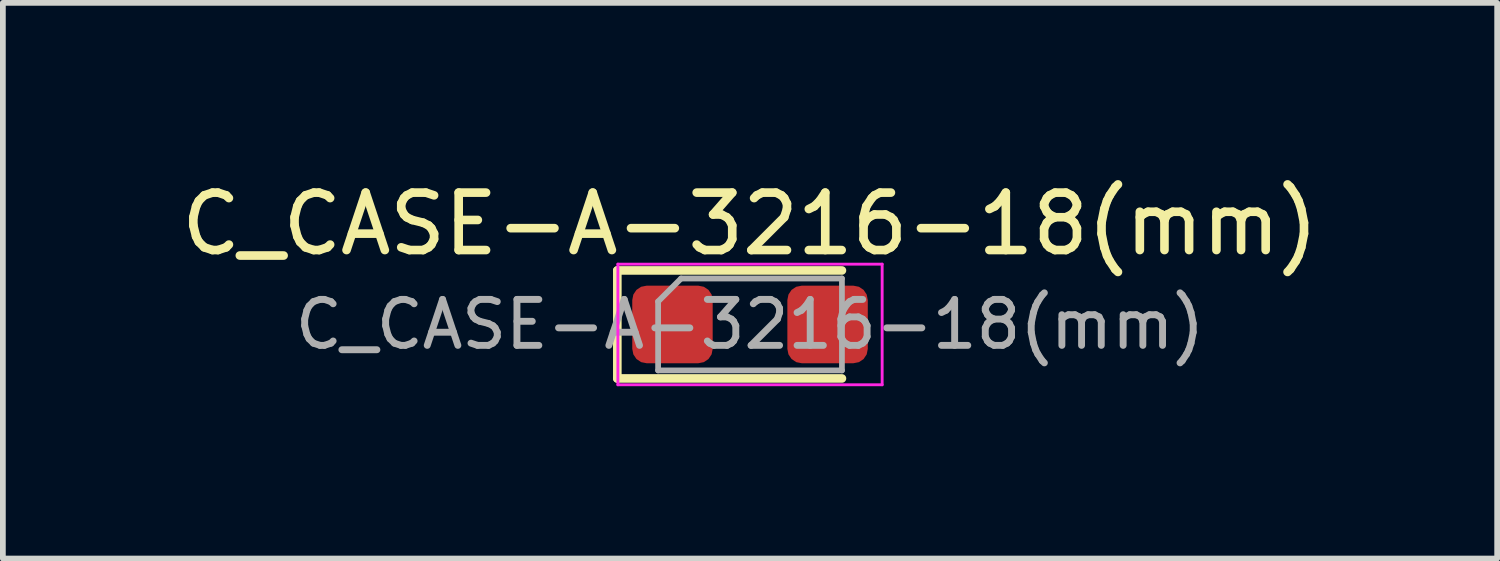
<source format=kicad_pcb>
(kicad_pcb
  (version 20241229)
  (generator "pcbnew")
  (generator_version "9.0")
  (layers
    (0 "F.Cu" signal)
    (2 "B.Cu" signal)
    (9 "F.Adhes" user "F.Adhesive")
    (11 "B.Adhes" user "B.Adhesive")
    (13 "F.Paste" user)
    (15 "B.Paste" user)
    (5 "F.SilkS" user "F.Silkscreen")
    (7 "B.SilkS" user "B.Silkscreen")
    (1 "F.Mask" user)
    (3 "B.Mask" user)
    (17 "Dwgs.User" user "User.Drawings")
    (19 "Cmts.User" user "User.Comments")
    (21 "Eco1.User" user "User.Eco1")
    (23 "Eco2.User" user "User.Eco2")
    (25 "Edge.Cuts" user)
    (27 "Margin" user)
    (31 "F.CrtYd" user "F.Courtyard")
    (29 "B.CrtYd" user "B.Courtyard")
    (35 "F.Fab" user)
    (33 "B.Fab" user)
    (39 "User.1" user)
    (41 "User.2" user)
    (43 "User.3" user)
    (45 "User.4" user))
  (footprint "C_CASE-A-3216-18(mm)"
    (layer "F.Cu")
    (at 10.006 2.598)
    (property "Reference" "C_CASE-A-3216-18(mm)" (at 0 -1.75 0) (layer "F.SilkS") (effects (font (size 1 1) (thickness 0.15))))
    (attr smd)
    (fp_line (start -2.31 -0.94) (end -2.31 0.94) (stroke (width 0.15) (type solid)) (layer "F.SilkS"))
    (fp_line (start -2.31 0.94) (end 1.6 0.94) (stroke (width 0.15) (type solid)) (layer "F.SilkS"))
    (fp_line (start 1.6 -0.94) (end -2.31 -0.94) (stroke (width 0.15) (type solid)) (layer "F.SilkS"))
    (fp_line (start -2.3 -1.05) (end 2.3 -1.05) (stroke (width 0.05) (type solid)) (layer "F.CrtYd"))
    (fp_line (start -2.3 1.05) (end -2.3 -1.05) (stroke (width 0.05) (type solid)) (layer "F.CrtYd"))
    (fp_line (start 2.3 -1.05) (end 2.3 1.05) (stroke (width 0.05) (type solid)) (layer "F.CrtYd"))
    (fp_line (start 2.3 1.05) (end -2.3 1.05) (stroke (width 0.05) (type solid)) (layer "F.CrtYd"))
    (fp_line (start -1.6 -0.4) (end -1.6 0.8) (stroke (width 0.1) (type solid)) (layer "F.Fab"))
    (fp_line (start -1.6 0.8) (end 1.6 0.8) (stroke (width 0.1) (type solid)) (layer "F.Fab"))
    (fp_line (start -1.2 -0.8) (end -1.6 -0.4) (stroke (width 0.1) (type solid)) (layer "F.Fab"))
    (fp_line (start 1.6 -0.8) (end -1.2 -0.8) (stroke (width 0.1) (type solid)) (layer "F.Fab"))
    (fp_line (start 1.6 0.8) (end 1.6 -0.8) (stroke (width 0.1) (type solid)) (layer "F.Fab"))
    (fp_text user "${REFERENCE}" (at 0 0 0) (layer "F.Fab") (effects (font (size 0.8 0.8) (thickness 0.12))))
    (pad "1" smd roundrect (at -1.35 0) (size 1.4 1.35) (layers "F.Cu" "F.Mask" "F.Paste") (roundrect_rratio 0.185))
    (pad "2" smd roundrect (at 1.35 0) (size 1.4 1.35) (layers "F.Cu" "F.Mask" "F.Paste") (roundrect_rratio 0.185)))
  (gr_rect
    (start -3 -3)
    (end 23.012 6.673)
    (stroke (width 0.1) (type default))
    (fill no)
    (layer "Edge.Cuts")))
</source>
